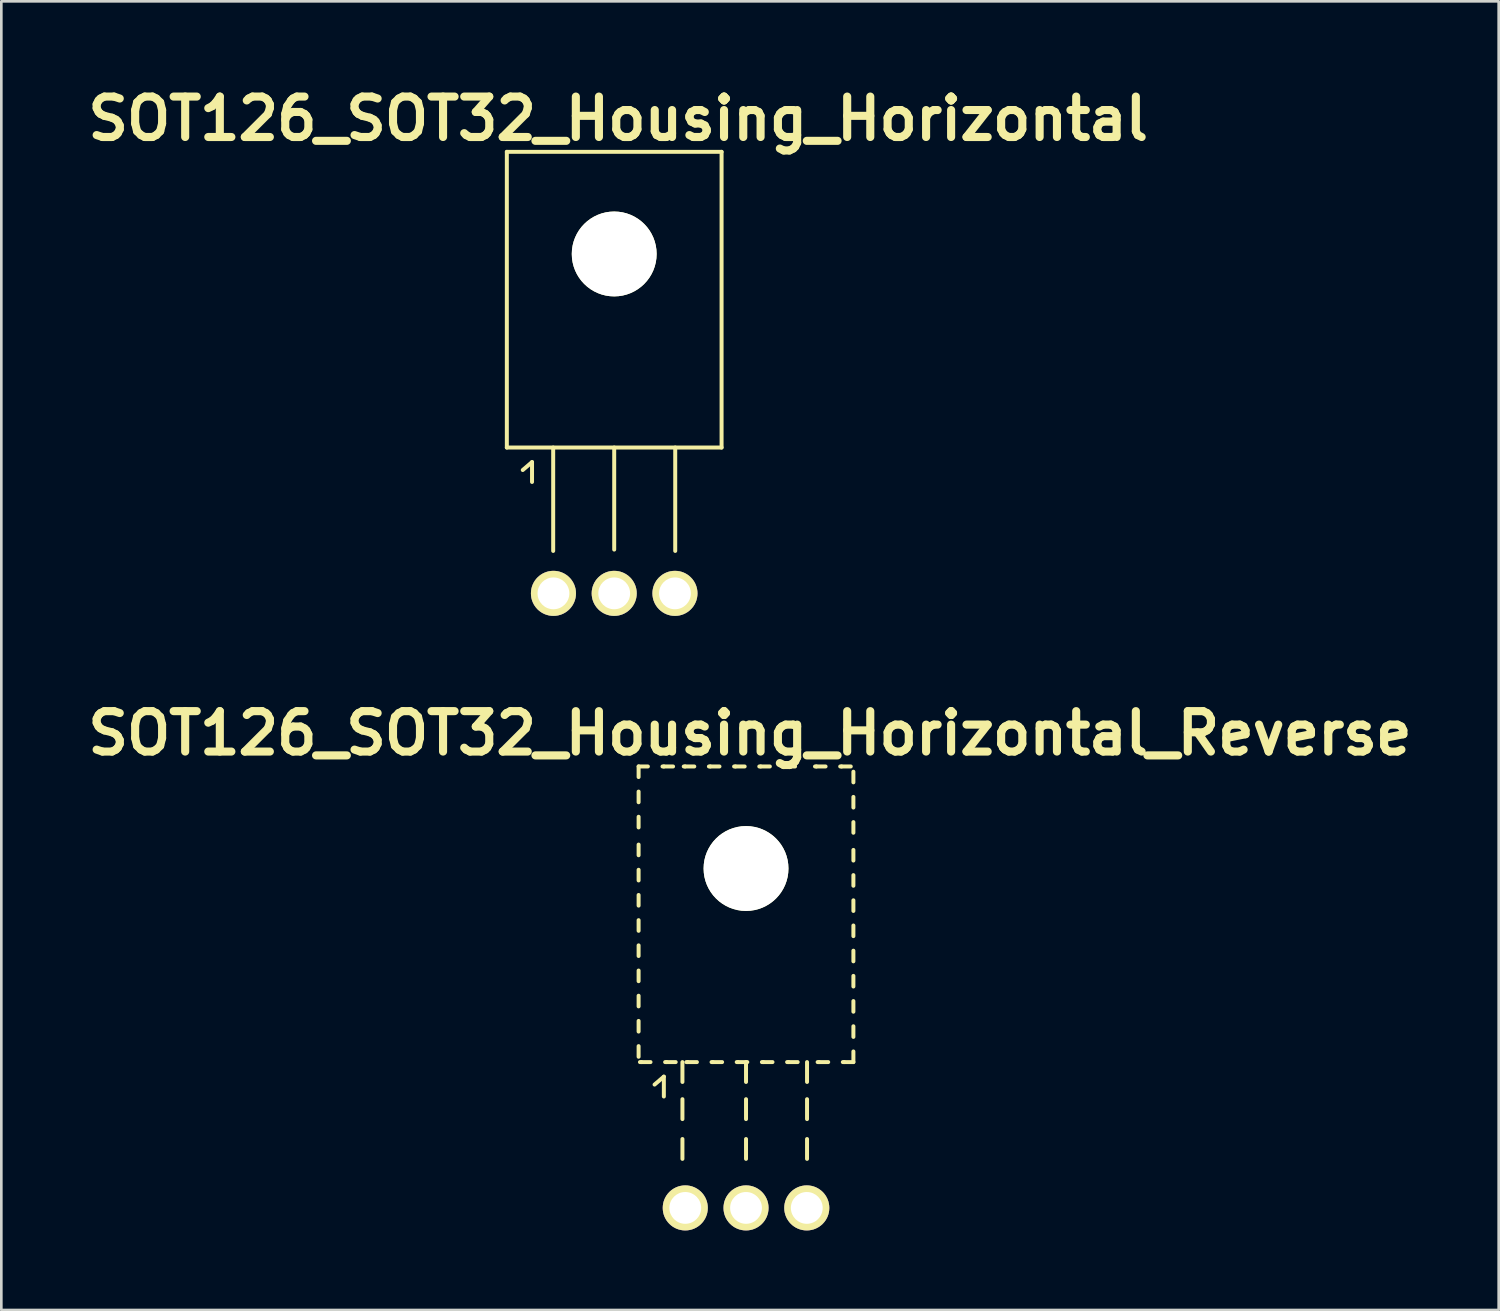
<source format=kicad_pcb>
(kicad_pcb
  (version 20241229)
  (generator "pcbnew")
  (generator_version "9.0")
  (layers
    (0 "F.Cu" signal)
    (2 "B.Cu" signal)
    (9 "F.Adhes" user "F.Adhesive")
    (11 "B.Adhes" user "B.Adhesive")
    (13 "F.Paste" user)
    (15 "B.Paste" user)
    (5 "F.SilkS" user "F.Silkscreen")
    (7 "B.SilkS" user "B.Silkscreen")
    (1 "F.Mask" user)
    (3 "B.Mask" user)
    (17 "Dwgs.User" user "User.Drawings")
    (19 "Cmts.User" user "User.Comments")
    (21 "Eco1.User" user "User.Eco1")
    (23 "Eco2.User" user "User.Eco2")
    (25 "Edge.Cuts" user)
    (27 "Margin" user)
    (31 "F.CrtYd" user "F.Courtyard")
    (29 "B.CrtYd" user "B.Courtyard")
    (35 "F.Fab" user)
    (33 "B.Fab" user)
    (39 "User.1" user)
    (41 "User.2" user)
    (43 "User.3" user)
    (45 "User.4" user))
  (footprint "SOT126_SOT32_Housing_Horizontal"
    (layer "F.Cu")
    (at 20.112 19.326)
    (property "Reference" "SOT126_SOT32_Housing_Horizontal" (at 0.15 -17.899 0) (layer "F.SilkS") (effects (font (size 1.524 1.524) (thickness 0.305))))
    (attr through_hole)
    (fp_line (start -4.049 -16.65) (end -4.049 -5.499) (stroke (width 0.15) (type solid)) (layer "F.SilkS"))
    (fp_line (start -3.449 -4.651) (end -3.099 -4.95) (stroke (width 0.15) (type solid)) (layer "F.SilkS"))
    (fp_line (start -3.099 -4.95) (end -3.099 -4.201) (stroke (width 0.15) (type solid)) (layer "F.SilkS"))
    (fp_line (start -2.301 -5.499) (end -2.301 -1.6) (stroke (width 0.15) (type solid)) (layer "F.SilkS"))
    (fp_line (start 0 -5.499) (end 0 -1.651) (stroke (width 0.15) (type solid)) (layer "F.SilkS"))
    (fp_line (start 2.301 -5.499) (end 2.301 -1.6) (stroke (width 0.15) (type solid)) (layer "F.SilkS"))
    (fp_line (start 4.049 -16.65) (end -4.049 -16.65) (stroke (width 0.15) (type solid)) (layer "F.SilkS"))
    (fp_line (start 4.049 -5.499) (end -4.049 -5.499) (stroke (width 0.15) (type solid)) (layer "F.SilkS"))
    (fp_line (start 4.049 -5.499) (end 4.049 -16.65) (stroke (width 0.15) (type solid)) (layer "F.SilkS"))
    (pad "" np_thru_hole circle (at 0 -12.799) (size 3.2 3.2) (drill 3.2) (layers "*.Cu" "*.Mask" "F.SilkS"))
    (pad "1" thru_hole circle (at -2.291 0) (size 1.699 1.699) (drill 1.199) (layers "*.Cu" "*.Mask" "F.SilkS"))
    (pad "2" thru_hole circle (at 0 0) (size 1.699 1.699) (drill 1.199) (layers "*.Cu" "*.Mask" "F.SilkS"))
    (pad "3" thru_hole circle (at 2.291 0) (size 1.699 1.699) (drill 1.199) (layers "*.Cu" "*.Mask" "F.SilkS")))
  (footprint "SOT126_SOT32_Housing_Horizontal_Reverse"
    (layer "F.Cu")
    (at 25.083 42.501)
    (property "Reference" "SOT126_SOT32_Housing_Horizontal_Reverse" (at 0.15 -17.899 0) (layer "F.SilkS") (effects (font (size 1.524 1.524) (thickness 0.305))))
    (attr through_hole)
    (fp_line (start -4.051 -16.248) (end -4.051 -16.65) (stroke (width 0.15) (type solid)) (layer "F.SilkS"))
    (fp_line (start -4.051 -15.298) (end -4.051 -15.7) (stroke (width 0.15) (type solid)) (layer "F.SilkS"))
    (fp_line (start -4.051 -14.348) (end -4.051 -14.75) (stroke (width 0.15) (type solid)) (layer "F.SilkS"))
    (fp_line (start -4.051 -13.299) (end -4.051 -13.701) (stroke (width 0.15) (type solid)) (layer "F.SilkS"))
    (fp_line (start -4.051 -12.349) (end -4.051 -12.751) (stroke (width 0.15) (type solid)) (layer "F.SilkS"))
    (fp_line (start -4.051 -11.4) (end -4.051 -11.801) (stroke (width 0.15) (type solid)) (layer "F.SilkS"))
    (fp_line (start -4.051 -10.45) (end -4.051 -10.851) (stroke (width 0.15) (type solid)) (layer "F.SilkS"))
    (fp_line (start -4.051 -9.5) (end -4.051 -9.901) (stroke (width 0.15) (type solid)) (layer "F.SilkS"))
    (fp_line (start -4.051 -8.55) (end -4.051 -8.951) (stroke (width 0.15) (type solid)) (layer "F.SilkS"))
    (fp_line (start -4.051 -7.6) (end -4.051 -8.001) (stroke (width 0.15) (type solid)) (layer "F.SilkS"))
    (fp_line (start -4.051 -6.65) (end -4.051 -7.051) (stroke (width 0.15) (type solid)) (layer "F.SilkS"))
    (fp_line (start -4.051 -5.7) (end -4.051 -6.101) (stroke (width 0.15) (type solid)) (layer "F.SilkS"))
    (fp_line (start -3.95 -5.499) (end -4 -5.499) (stroke (width 0.15) (type solid)) (layer "F.SilkS"))
    (fp_line (start -3.701 -16.647) (end -4.049 -16.647) (stroke (width 0.15) (type solid)) (layer "F.SilkS"))
    (fp_line (start -3.602 -5.499) (end -3.95 -5.499) (stroke (width 0.15) (type solid)) (layer "F.SilkS"))
    (fp_line (start -3.449 -4.651) (end -3.099 -4.95) (stroke (width 0.15) (type solid)) (layer "F.SilkS"))
    (fp_line (start -3.099 -16.647) (end -3.15 -16.647) (stroke (width 0.15) (type solid)) (layer "F.SilkS"))
    (fp_line (start -3.099 -4.95) (end -3.099 -4.201) (stroke (width 0.15) (type solid)) (layer "F.SilkS"))
    (fp_line (start -3 -5.499) (end -3.051 -5.499) (stroke (width 0.15) (type solid)) (layer "F.SilkS"))
    (fp_line (start -2.751 -16.647) (end -3.099 -16.647) (stroke (width 0.15) (type solid)) (layer "F.SilkS"))
    (fp_line (start -2.652 -5.499) (end -3 -5.499) (stroke (width 0.15) (type solid)) (layer "F.SilkS"))
    (fp_line (start -2.398 -5.499) (end -2.398 -4.75) (stroke (width 0.15) (type solid)) (layer "F.SilkS"))
    (fp_line (start -2.398 -4.1) (end -2.398 -3.35) (stroke (width 0.15) (type solid)) (layer "F.SilkS"))
    (fp_line (start -2.398 -2.598) (end -2.398 -1.849) (stroke (width 0.15) (type solid)) (layer "F.SilkS"))
    (fp_line (start -2.299 -16.647) (end -2.349 -16.647) (stroke (width 0.15) (type solid)) (layer "F.SilkS"))
    (fp_line (start -2.2 -5.499) (end -2.25 -5.499) (stroke (width 0.15) (type solid)) (layer "F.SilkS"))
    (fp_line (start -1.951 -16.647) (end -2.299 -16.647) (stroke (width 0.15) (type solid)) (layer "F.SilkS"))
    (fp_line (start -1.852 -5.499) (end -2.2 -5.499) (stroke (width 0.15) (type solid)) (layer "F.SilkS"))
    (fp_line (start -1.349 -16.647) (end -1.4 -16.647) (stroke (width 0.15) (type solid)) (layer "F.SilkS"))
    (fp_line (start -1.25 -5.499) (end -1.3 -5.499) (stroke (width 0.15) (type solid)) (layer "F.SilkS"))
    (fp_line (start -1.001 -16.647) (end -1.349 -16.647) (stroke (width 0.15) (type solid)) (layer "F.SilkS"))
    (fp_line (start -0.902 -5.499) (end -1.25 -5.499) (stroke (width 0.15) (type solid)) (layer "F.SilkS"))
    (fp_line (start -0.399 -16.647) (end -0.45 -16.647) (stroke (width 0.15) (type solid)) (layer "F.SilkS"))
    (fp_line (start -0.3 -5.499) (end -0.351 -5.499) (stroke (width 0.15) (type solid)) (layer "F.SilkS"))
    (fp_line (start -0.051 -16.647) (end -0.399 -16.647) (stroke (width 0.15) (type solid)) (layer "F.SilkS"))
    (fp_line (start 0 -5.499) (end 0 -4.75) (stroke (width 0.15) (type solid)) (layer "F.SilkS"))
    (fp_line (start 0 -4.1) (end 0 -3.35) (stroke (width 0.15) (type solid)) (layer "F.SilkS"))
    (fp_line (start 0 -2.598) (end 0 -1.849) (stroke (width 0.15) (type solid)) (layer "F.SilkS"))
    (fp_line (start 0.048 -5.499) (end -0.3 -5.499) (stroke (width 0.15) (type solid)) (layer "F.SilkS"))
    (fp_line (start 0.551 -16.647) (end 0.5 -16.647) (stroke (width 0.15) (type solid)) (layer "F.SilkS"))
    (fp_line (start 0.65 -5.499) (end 0.599 -5.499) (stroke (width 0.15) (type solid)) (layer "F.SilkS"))
    (fp_line (start 0.899 -16.647) (end 0.551 -16.647) (stroke (width 0.15) (type solid)) (layer "F.SilkS"))
    (fp_line (start 0.998 -5.499) (end 0.65 -5.499) (stroke (width 0.15) (type solid)) (layer "F.SilkS"))
    (fp_line (start 1.501 -16.647) (end 1.45 -16.647) (stroke (width 0.15) (type solid)) (layer "F.SilkS"))
    (fp_line (start 1.6 -5.499) (end 1.549 -5.499) (stroke (width 0.15) (type solid)) (layer "F.SilkS"))
    (fp_line (start 1.849 -16.647) (end 1.501 -16.647) (stroke (width 0.15) (type solid)) (layer "F.SilkS"))
    (fp_line (start 1.948 -5.499) (end 1.6 -5.499) (stroke (width 0.15) (type solid)) (layer "F.SilkS"))
    (fp_line (start 2.301 -5.499) (end 2.301 -4.75) (stroke (width 0.15) (type solid)) (layer "F.SilkS"))
    (fp_line (start 2.301 -4.1) (end 2.301 -3.35) (stroke (width 0.15) (type solid)) (layer "F.SilkS"))
    (fp_line (start 2.301 -2.598) (end 2.301 -1.849) (stroke (width 0.15) (type solid)) (layer "F.SilkS"))
    (fp_line (start 2.652 -16.647) (end 2.601 -16.647) (stroke (width 0.15) (type solid)) (layer "F.SilkS"))
    (fp_line (start 2.751 -5.499) (end 2.7 -5.499) (stroke (width 0.15) (type solid)) (layer "F.SilkS"))
    (fp_line (start 3 -16.647) (end 2.652 -16.647) (stroke (width 0.15) (type solid)) (layer "F.SilkS"))
    (fp_line (start 3.099 -5.499) (end 2.751 -5.499) (stroke (width 0.15) (type solid)) (layer "F.SilkS"))
    (fp_line (start 3.602 -16.647) (end 3.551 -16.647) (stroke (width 0.15) (type solid)) (layer "F.SilkS"))
    (fp_line (start 3.701 -5.499) (end 3.65 -5.499) (stroke (width 0.15) (type solid)) (layer "F.SilkS"))
    (fp_line (start 3.95 -16.647) (end 3.602 -16.647) (stroke (width 0.15) (type solid)) (layer "F.SilkS"))
    (fp_line (start 4.049 -16.048) (end 4.049 -16.449) (stroke (width 0.15) (type solid)) (layer "F.SilkS"))
    (fp_line (start 4.049 -15.098) (end 4.049 -15.499) (stroke (width 0.15) (type solid)) (layer "F.SilkS"))
    (fp_line (start 4.049 -14.148) (end 4.049 -14.549) (stroke (width 0.15) (type solid)) (layer "F.SilkS"))
    (fp_line (start 4.049 -13.099) (end 4.049 -13.5) (stroke (width 0.15) (type solid)) (layer "F.SilkS"))
    (fp_line (start 4.049 -12.149) (end 4.049 -12.55) (stroke (width 0.15) (type solid)) (layer "F.SilkS"))
    (fp_line (start 4.049 -11.199) (end 4.049 -11.6) (stroke (width 0.15) (type solid)) (layer "F.SilkS"))
    (fp_line (start 4.049 -10.249) (end 4.049 -10.65) (stroke (width 0.15) (type solid)) (layer "F.SilkS"))
    (fp_line (start 4.049 -9.299) (end 4.049 -9.7) (stroke (width 0.15) (type solid)) (layer "F.SilkS"))
    (fp_line (start 4.049 -8.349) (end 4.049 -8.75) (stroke (width 0.15) (type solid)) (layer "F.SilkS"))
    (fp_line (start 4.049 -7.399) (end 4.049 -7.8) (stroke (width 0.15) (type solid)) (layer "F.SilkS"))
    (fp_line (start 4.049 -6.449) (end 4.049 -6.85) (stroke (width 0.15) (type solid)) (layer "F.SilkS"))
    (fp_line (start 4.049 -5.499) (end 3.701 -5.499) (stroke (width 0.15) (type solid)) (layer "F.SilkS"))
    (fp_line (start 4.049 -5.499) (end 4.049 -5.9) (stroke (width 0.15) (type solid)) (layer "F.SilkS"))
    (pad "" np_thru_hole circle (at 0 -12.799) (size 3.2 3.2) (drill 3.2) (layers "*.Cu" "*.Mask" "F.SilkS"))
    (pad "1" thru_hole circle (at -2.291 0) (size 1.699 1.699) (drill 1.199) (layers "*.Cu" "*.Mask" "F.SilkS"))
    (pad "2" thru_hole circle (at 0 0) (size 1.699 1.699) (drill 1.199) (layers "*.Cu" "*.Mask" "F.SilkS"))
    (pad "3" thru_hole circle (at 2.291 0) (size 1.699 1.699) (drill 1.199) (layers "*.Cu" "*.Mask" "F.SilkS")))
  (gr_rect
    (start -3 -3)
    (end 53.466 46.351)
    (stroke (width 0.1) (type default))
    (fill no)
    (layer "Edge.Cuts")))
</source>
